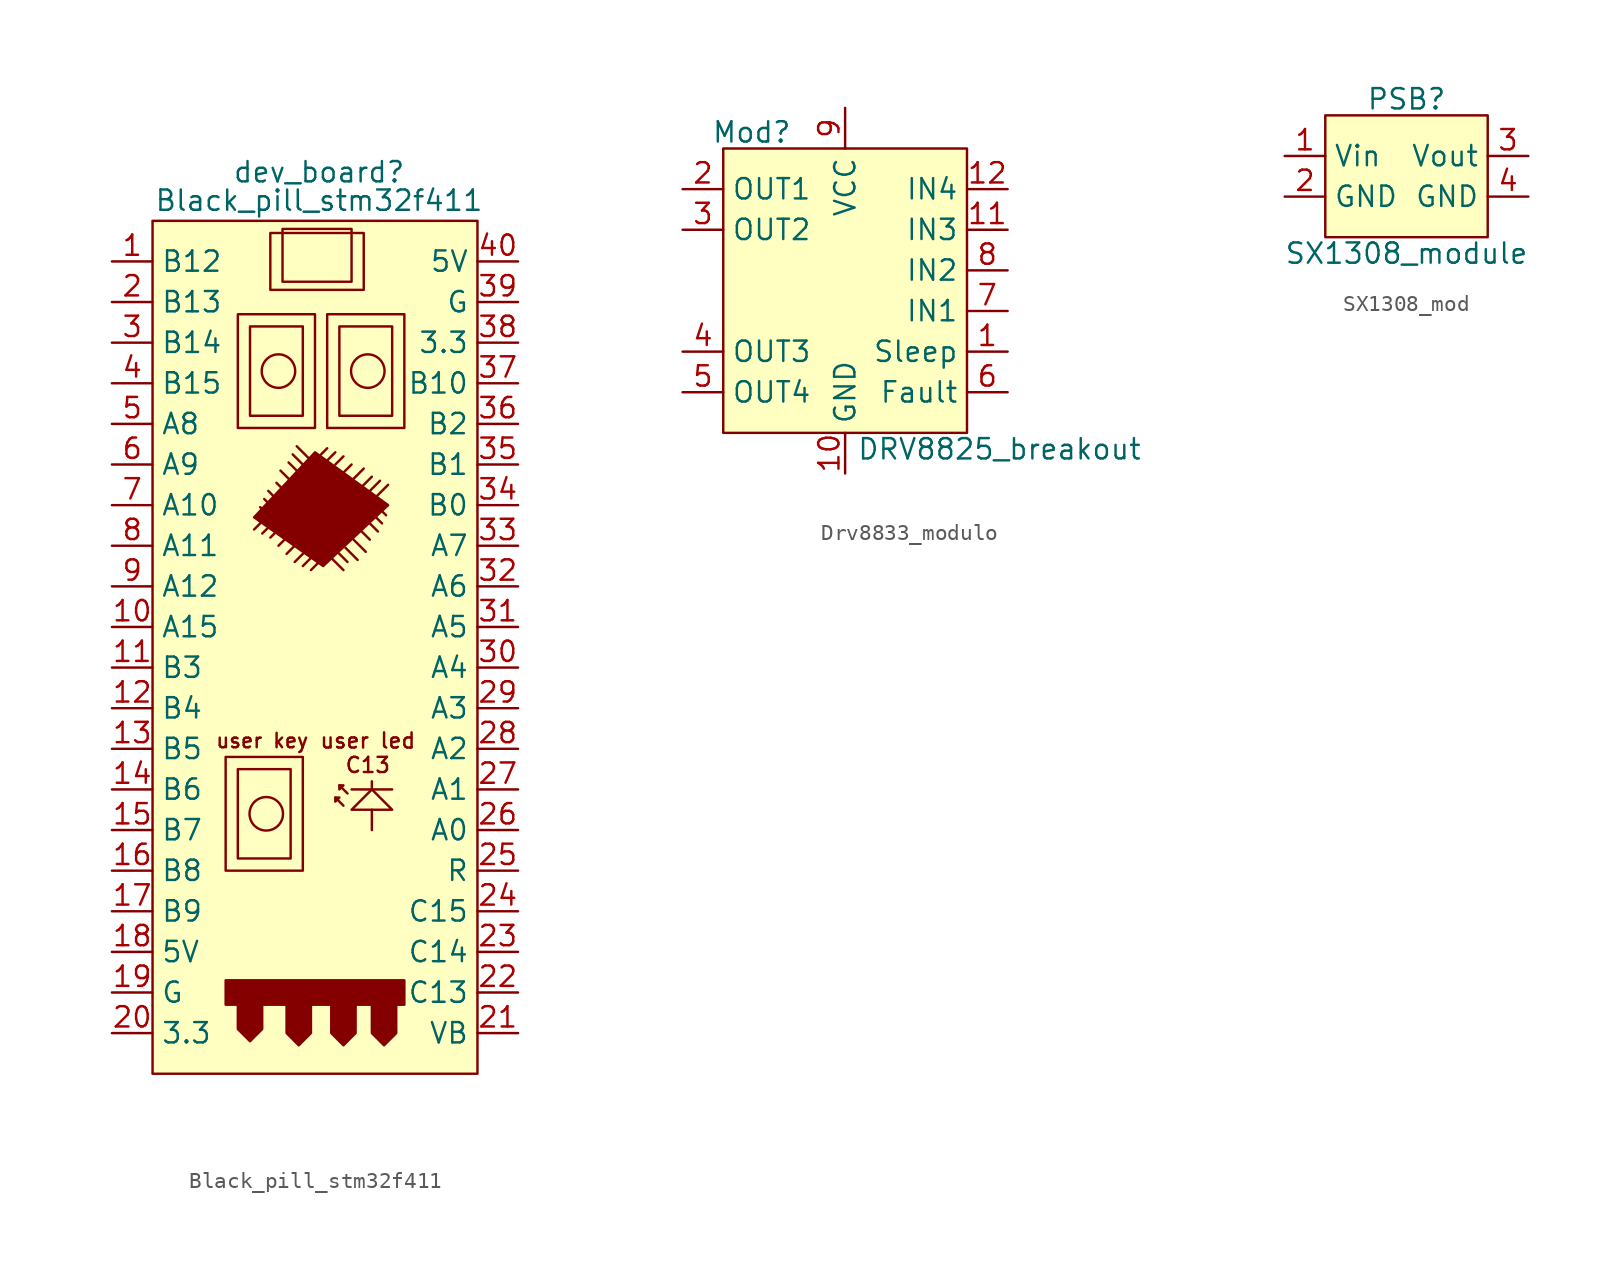
<source format=kicad_sym>
(kicad_symbol_lib
  (version 20231120)
  (generator "kicad_symbol_editor")
  (generator_version "8.0")
  (symbol "Black_pill_stm32f411"
    (property "Reference" "dev_board"
      (at 0.254 -2.032 0)
      (effects (font (size 1.27 1.27))))
    (property "Value" "Black_pill_stm32f411"
      (at 0.254 -3.81 0)
      (effects (font (size 1.27 1.27))))
    (symbol "Black_pill_stm32f411_1_1"
      (rectangle (start -10.16 -5.08) (end 10.16 -58.42) (stroke (width 0) (type default)) (fill (type background)))
      (rectangle (start -5.588 -52.578) (end 5.588 -54.102) (stroke (width 0) (type default)) (fill (type outline)))
      (rectangle (start -5.588 -38.608) (end -0.762 -45.72) (stroke (width 0) (type default)) (fill (type none)))
      (rectangle (start -4.826 -39.37) (end -1.524 -44.958) (stroke (width 0) (type default)) (fill (type none)))
      (rectangle (start -4.826 -10.922) (end 0 -18.034) (stroke (width 0) (type default)) (fill (type none)))
      (rectangle (start -4.064 -11.684) (end -0.762 -17.272) (stroke (width 0) (type default)) (fill (type none)))
      (circle (center -3.048 -42.164) (radius 1.047) (stroke (width 0) (type default)) (fill (type none)))
      (rectangle (start -2.794 -5.842) (end 3.048 -9.398) (stroke (width 0) (type default)) (fill (type none)))
      (circle (center -2.286 -14.478) (radius 1.047) (stroke (width 0) (type default)) (fill (type none)))
      (rectangle (start -2.032 -5.588) (end 2.286 -8.89) (stroke (width 0) (type default)) (fill (type none)))
      (polyline (pts (xy -3.81 -24.384) (xy -3.302 -23.876)) (stroke (width 0) (type default)) (fill (type none)))
      (polyline (pts (xy -3.302 -24.638) (xy -2.794 -24.13)) (stroke (width 0) (type default)) (fill (type none)))
      (polyline (pts (xy -2.921 -23.495) (xy -3.429 -22.987)) (stroke (width 0) (type default)) (fill (type none)))
      (polyline (pts (xy -2.794 -24.892) (xy -2.286 -24.384)) (stroke (width 0) (type default)) (fill (type none)))
      (polyline (pts (xy -2.667 -22.987) (xy -3.175 -22.479)) (stroke (width 0) (type default)) (fill (type none)))
      (polyline (pts (xy -2.413 -22.479) (xy -2.921 -21.971)) (stroke (width 0) (type default)) (fill (type none)))
      (polyline (pts (xy -2.286 -25.4) (xy -1.778 -24.892)) (stroke (width 0) (type default)) (fill (type none)))
      (polyline (pts (xy -1.905 -21.971) (xy -2.413 -21.463)) (stroke (width 0) (type default)) (fill (type none)))
      (polyline (pts (xy -1.778 -25.908) (xy -1.016 -25.146)) (stroke (width 0) (type default)) (fill (type none)))
      (polyline (pts (xy -1.397 -21.463) (xy -2.159 -20.701)) (stroke (width 0) (type default)) (fill (type none)))
      (polyline (pts (xy -1.27 -26.416) (xy -0.508 -25.654)) (stroke (width 0) (type default)) (fill (type none)))
      (polyline (pts (xy -0.889 -20.955) (xy -1.651 -20.193)) (stroke (width 0) (type default)) (fill (type none)))
      (polyline (pts (xy -0.762 -26.67) (xy 0 -25.908)) (stroke (width 0) (type default)) (fill (type none)))
      (polyline (pts (xy -0.635 -20.447) (xy -1.397 -19.685)) (stroke (width 0) (type default)) (fill (type none)))
      (polyline (pts (xy -0.381 -19.939) (xy -1.143 -19.177)) (stroke (width 0) (type default)) (fill (type none)))
      (polyline (pts (xy -0.254 -26.924) (xy 0.508 -26.162)) (stroke (width 0) (type default)) (fill (type none)))
      (polyline (pts (xy 0.254 -19.812) (xy 0.762 -19.304)) (stroke (width 0) (type default)) (fill (type none)))
      (polyline (pts (xy 0.762 -20.066) (xy 1.27 -19.558)) (stroke (width 0) (type default)) (fill (type none)))
      (polyline (pts (xy 1.016 -26.162) (xy 1.778 -26.924)) (stroke (width 0) (type default)) (fill (type none)))
      (polyline (pts (xy 1.27 -41.148) (xy 1.778 -41.656)) (stroke (width 0) (type default)) (fill (type none)))
      (polyline (pts (xy 1.27 -25.654) (xy 2.032 -26.416)) (stroke (width 0) (type default)) (fill (type none)))
      (polyline (pts (xy 1.27 -20.32) (xy 1.778 -19.812)) (stroke (width 0) (type default)) (fill (type none)))
      (polyline (pts (xy 1.524 -40.386) (xy 2.032 -40.894)) (stroke (width 0) (type default)) (fill (type none)))
      (polyline (pts (xy 1.778 -20.828) (xy 2.286 -20.32)) (stroke (width 0) (type default)) (fill (type none)))
      (polyline (pts (xy 1.905 -25.527) (xy 2.667 -26.289)) (stroke (width 0) (type default)) (fill (type none)))
      (polyline (pts (xy 2.286 -40.64) (xy 4.826 -40.64)) (stroke (width 0) (type default)) (fill (type none)))
      (polyline (pts (xy 2.286 -21.336) (xy 3.048 -20.574)) (stroke (width 0) (type default)) (fill (type none)))
      (polyline (pts (xy 2.413 -25.019) (xy 3.175 -25.781)) (stroke (width 0) (type default)) (fill (type none)))
      (polyline (pts (xy 2.794 -21.844) (xy 3.556 -21.082)) (stroke (width 0) (type default)) (fill (type none)))
      (polyline (pts (xy 2.921 -24.511) (xy 3.429 -25.019)) (stroke (width 0) (type default)) (fill (type none)))
      (polyline (pts (xy 3.302 -22.098) (xy 4.064 -21.336)) (stroke (width 0) (type default)) (fill (type none)))
      (polyline (pts (xy 3.429 -24.003) (xy 3.937 -24.511)) (stroke (width 0) (type default)) (fill (type none)))
      (polyline (pts (xy 3.556 -41.91) (xy 3.556 -43.18)) (stroke (width 0) (type default)) (fill (type none)))
      (polyline (pts (xy 3.556 -40.64) (xy 3.556 -40.132)) (stroke (width 0) (type default)) (fill (type none)))
      (polyline (pts (xy 3.683 -23.495) (xy 4.191 -24.003)) (stroke (width 0) (type default)) (fill (type none)))
      (polyline (pts (xy 3.81 -22.352) (xy 4.572 -21.59)) (stroke (width 0) (type default)) (fill (type none)))
      (polyline (pts (xy 3.937 -22.987) (xy 4.445 -23.495)) (stroke (width 0) (type default)) (fill (type none)))
      (polyline (pts (xy 1.27 -41.148) (xy 1.27 -41.402) (xy 1.524 -41.148) (xy 1.27 -41.148)) (stroke (width 0) (type default)) (fill (type none)))
      (polyline (pts (xy 1.524 -40.386) (xy 1.524 -40.64) (xy 1.778 -40.386) (xy 1.524 -40.386)) (stroke (width 0) (type default)) (fill (type none)))
      (polyline (pts (xy 3.556 -40.64) (xy 2.286 -41.91) (xy 4.826 -41.91) (xy 3.556 -40.64)) (stroke (width 0) (type default)) (fill (type none)))
      (polyline (pts (xy 0 -19.558) (xy 4.572 -22.86) (xy 0.508 -26.67) (xy -3.81 -23.622) (xy 0 -19.558)) (stroke (width 0) (type default)) (fill (type outline)))
      (polyline (pts (xy -3.81 -56.134) (xy -3.302 -55.626) (xy -3.302 -53.086) (xy -4.826 -53.086) (xy -4.826 -55.626) (xy -4.064 -56.388) (xy -3.81 -56.134)) (stroke (width 0) (type default)) (fill (type outline)))
      (polyline (pts (xy -0.762 -56.388) (xy -0.254 -55.88) (xy -0.254 -53.34) (xy -1.778 -53.34) (xy -1.778 -55.88) (xy -1.016 -56.642) (xy -0.762 -56.388)) (stroke (width 0) (type default)) (fill (type outline)))
      (polyline (pts (xy 2.032 -56.388) (xy 2.54 -55.88) (xy 2.54 -53.34) (xy 1.016 -53.34) (xy 1.016 -55.88) (xy 1.778 -56.642) (xy 2.032 -56.388)) (stroke (width 0) (type default)) (fill (type outline)))
      (polyline (pts (xy 4.572 -56.388) (xy 5.08 -55.88) (xy 5.08 -53.34) (xy 3.556 -53.34) (xy 3.556 -55.88) (xy 4.318 -56.642) (xy 4.572 -56.388)) (stroke (width 0) (type default)) (fill (type outline)))
      (rectangle (start 0.762 -10.922) (end 5.588 -18.034) (stroke (width 0) (type default)) (fill (type none)))
      (rectangle (start 1.524 -11.684) (end 4.826 -17.272) (stroke (width 0) (type default)) (fill (type none)))
      (circle (center 3.302 -14.478) (radius 1.047) (stroke (width 0) (type default)) (fill (type none)))
      (text "user key\n" (at -3.302 -37.592 0) (effects (font (size 0.9 0.9))))
      (text "user led\nC13" (at 3.302 -38.354 0) (effects (font (size 0.95 0.95))))
      (pin passive line (at -12.7 -7.62 0) (length 2.54) (name "B12" (effects (font (size 1.27 1.27)))) (number "1" (effects (font (size 1.27 1.27)))))
      (pin passive line (at -12.7 -30.48 0) (length 2.54) (name "A15" (effects (font (size 1.27 1.27)))) (number "10" (effects (font (size 1.27 1.27)))))
      (pin passive line (at -12.7 -33.02 0) (length 2.54) (name "B3" (effects (font (size 1.27 1.27)))) (number "11" (effects (font (size 1.27 1.27)))))
      (pin passive line (at -12.7 -35.56 0) (length 2.54) (name "B4" (effects (font (size 1.27 1.27)))) (number "12" (effects (font (size 1.27 1.27)))))
      (pin passive line (at -12.7 -38.1 0) (length 2.54) (name "B5" (effects (font (size 1.27 1.27)))) (number "13" (effects (font (size 1.27 1.27)))))
      (pin passive line (at -12.7 -40.64 0) (length 2.54) (name "B6" (effects (font (size 1.27 1.27)))) (number "14" (effects (font (size 1.27 1.27)))))
      (pin passive line (at -12.7 -43.18 0) (length 2.54) (name "B7" (effects (font (size 1.27 1.27)))) (number "15" (effects (font (size 1.27 1.27)))))
      (pin passive line (at -12.7 -45.72 0) (length 2.54) (name "B8" (effects (font (size 1.27 1.27)))) (number "16" (effects (font (size 1.27 1.27)))))
      (pin passive line (at -12.7 -48.26 0) (length 2.54) (name "B9" (effects (font (size 1.27 1.27)))) (number "17" (effects (font (size 1.27 1.27)))))
      (pin power_in line (at -12.7 -50.8 0) (length 2.54) (name "5V" (effects (font (size 1.27 1.27)))) (number "18" (effects (font (size 1.27 1.27)))))
      (pin power_in line (at -12.7 -53.34 0) (length 2.54) (name "G" (effects (font (size 1.27 1.27)))) (number "19" (effects (font (size 1.27 1.27)))))
      (pin passive line (at -12.7 -10.16 0) (length 2.54) (name "B13" (effects (font (size 1.27 1.27)))) (number "2" (effects (font (size 1.27 1.27)))))
      (pin power_in line (at -12.7 -55.88 0) (length 2.54) (name "3.3" (effects (font (size 1.27 1.27)))) (number "20" (effects (font (size 1.27 1.27)))))
      (pin power_in line (at 12.7 -55.88 180) (length 2.54) (name "VB" (effects (font (size 1.27 1.27)))) (number "21" (effects (font (size 1.27 1.27)))))
      (pin passive line (at 12.7 -53.34 180) (length 2.54) (name "C13" (effects (font (size 1.27 1.27)))) (number "22" (effects (font (size 1.27 1.27)))))
      (pin passive line (at 12.7 -50.8 180) (length 2.54) (name "C14" (effects (font (size 1.27 1.27)))) (number "23" (effects (font (size 1.27 1.27)))))
      (pin passive line (at 12.7 -48.26 180) (length 2.54) (name "C15" (effects (font (size 1.27 1.27)))) (number "24" (effects (font (size 1.27 1.27)))))
      (pin passive line (at 12.7 -45.72 180) (length 2.54) (name "R" (effects (font (size 1.27 1.27)))) (number "25" (effects (font (size 1.27 1.27)))))
      (pin passive line (at 12.7 -43.18 180) (length 2.54) (name "A0" (effects (font (size 1.27 1.27)))) (number "26" (effects (font (size 1.27 1.27)))))
      (pin passive line (at 12.7 -40.64 180) (length 2.54) (name "A1" (effects (font (size 1.27 1.27)))) (number "27" (effects (font (size 1.27 1.27)))))
      (pin passive line (at 12.7 -38.1 180) (length 2.54) (name "A2" (effects (font (size 1.27 1.27)))) (number "28" (effects (font (size 1.27 1.27)))))
      (pin passive line (at 12.7 -35.56 180) (length 2.54) (name "A3" (effects (font (size 1.27 1.27)))) (number "29" (effects (font (size 1.27 1.27)))))
      (pin passive line (at -12.7 -12.7 0) (length 2.54) (name "B14" (effects (font (size 1.27 1.27)))) (number "3" (effects (font (size 1.27 1.27)))))
      (pin passive line (at 12.7 -33.02 180) (length 2.54) (name "A4" (effects (font (size 1.27 1.27)))) (number "30" (effects (font (size 1.27 1.27)))))
      (pin passive line (at 12.7 -30.48 180) (length 2.54) (name "A5" (effects (font (size 1.27 1.27)))) (number "31" (effects (font (size 1.27 1.27)))))
      (pin passive line (at 12.7 -27.94 180) (length 2.54) (name "A6" (effects (font (size 1.27 1.27)))) (number "32" (effects (font (size 1.27 1.27)))))
      (pin passive line (at 12.7 -25.4 180) (length 2.54) (name "A7" (effects (font (size 1.27 1.27)))) (number "33" (effects (font (size 1.27 1.27)))))
      (pin passive line (at 12.7 -22.86 180) (length 2.54) (name "B0" (effects (font (size 1.27 1.27)))) (number "34" (effects (font (size 1.27 1.27)))))
      (pin passive line (at 12.7 -20.32 180) (length 2.54) (name "B1" (effects (font (size 1.27 1.27)))) (number "35" (effects (font (size 1.27 1.27)))))
      (pin passive line (at 12.7 -17.78 180) (length 2.54) (name "B2" (effects (font (size 1.27 1.27)))) (number "36" (effects (font (size 1.27 1.27)))))
      (pin passive line (at 12.7 -15.24 180) (length 2.54) (name "B10" (effects (font (size 1.27 1.27)))) (number "37" (effects (font (size 1.27 1.27)))))
      (pin power_in line (at 12.7 -12.7 180) (length 2.54) (name "3.3" (effects (font (size 1.27 1.27)))) (number "38" (effects (font (size 1.27 1.27)))))
      (pin power_in line (at 12.7 -10.16 180) (length 2.54) (name "G" (effects (font (size 1.27 1.27)))) (number "39" (effects (font (size 1.27 1.27)))))
      (pin passive line (at -12.7 -15.24 0) (length 2.54) (name "B15" (effects (font (size 1.27 1.27)))) (number "4" (effects (font (size 1.27 1.27)))))
      (pin power_in line (at 12.7 -7.62 180) (length 2.54) (name "5V" (effects (font (size 1.27 1.27)))) (number "40" (effects (font (size 1.27 1.27)))))
      (pin passive line (at -12.7 -17.78 0) (length 2.54) (name "A8" (effects (font (size 1.27 1.27)))) (number "5" (effects (font (size 1.27 1.27)))))
      (pin passive line (at -12.7 -20.32 0) (length 2.54) (name "A9" (effects (font (size 1.27 1.27)))) (number "6" (effects (font (size 1.27 1.27)))))
      (pin passive line (at -12.7 -22.86 0) (length 2.54) (name "A10" (effects (font (size 1.27 1.27)))) (number "7" (effects (font (size 1.27 1.27)))))
      (pin passive line (at -12.7 -25.4 0) (length 2.54) (name "A11" (effects (font (size 1.27 1.27)))) (number "8" (effects (font (size 1.27 1.27)))))
      (pin passive line (at -12.7 -27.94 0) (length 2.54) (name "A12" (effects (font (size 1.27 1.27)))) (number "9" (effects (font (size 1.27 1.27)))))))
  (symbol "Drv8833_modulo"
    (property "Reference" "Mod"
      (at -5.842 6.096 0)
      (effects (font (size 1.27 1.27))))
    (property "Value" "DRV8825_breakout"
      (at 9.652 -13.716 0)
      (effects (font (size 1.27 1.27))))
    (symbol "Drv8833_modulo_1_1"
      (rectangle (start -7.62 5.08) (end 7.62 -12.7) (stroke (width 0) (type default)) (fill (type background)))
      (pin input line (at 10.16 -7.62 180) (length 2.54) (name "Sleep" (effects (font (size 1.27 1.27)))) (number "1" (effects (font (size 1.27 1.27)))))
      (pin power_in line (at 0 -15.24 90) (length 2.54) (name "GND" (effects (font (size 1.27 1.27)))) (number "10" (effects (font (size 1.27 1.27)))))
      (pin input line (at 10.16 0 180) (length 2.54) (name "IN3" (effects (font (size 1.27 1.27)))) (number "11" (effects (font (size 1.27 1.27)))))
      (pin input line (at 10.16 2.54 180) (length 2.54) (name "IN4" (effects (font (size 1.27 1.27)))) (number "12" (effects (font (size 1.27 1.27)))))
      (pin output line (at -10.16 2.54 0) (length 2.54) (name "OUT1" (effects (font (size 1.27 1.27)))) (number "2" (effects (font (size 1.27 1.27)))))
      (pin output line (at -10.16 0 0) (length 2.54) (name "OUT2" (effects (font (size 1.27 1.27)))) (number "3" (effects (font (size 1.27 1.27)))))
      (pin output line (at -10.16 -7.62 0) (length 2.54) (name "OUT3" (effects (font (size 1.27 1.27)))) (number "4" (effects (font (size 1.27 1.27)))))
      (pin output line (at -10.16 -10.16 0) (length 2.54) (name "OUT4" (effects (font (size 1.27 1.27)))) (number "5" (effects (font (size 1.27 1.27)))))
      (pin open_collector line (at 10.16 -10.16 180) (length 2.54) (name "Fault" (effects (font (size 1.27 1.27)))) (number "6" (effects (font (size 1.27 1.27)))))
      (pin output line (at 10.16 -5.08 180) (length 2.54) (name "IN1" (effects (font (size 1.27 1.27)))) (number "7" (effects (font (size 1.27 1.27)))))
      (pin input line (at 10.16 -2.54 180) (length 2.54) (name "IN2" (effects (font (size 1.27 1.27)))) (number "8" (effects (font (size 1.27 1.27)))))
      (pin power_in line (at 0 7.62 270) (length 2.54) (name "VCC" (effects (font (size 1.27 1.27)))) (number "9" (effects (font (size 1.27 1.27)))))))
  (symbol "SX1308_mod"
    (property "Reference" "PSB"
      (at 0 -1.524 0)
      (effects (font (size 1.27 1.27))))
    (property "Value" "SX1308_module"
      (at 0 -11.176 0)
      (effects (font (size 1.27 1.27))))
    (symbol "SX1308_mod_1_1"
      (rectangle (start -5.08 -2.54) (end 5.08 -10.16) (stroke (width 0) (type default)) (fill (type background)))
      (pin power_in line (at -7.62 -5.08 0) (length 2.54) (name "Vin" (effects (font (size 1.27 1.27)))) (number "1" (effects (font (size 1.27 1.27)))))
      (pin power_in line (at -7.62 -7.62 0) (length 2.54) (name "GND" (effects (font (size 1.27 1.27)))) (number "2" (effects (font (size 1.27 1.27)))))
      (pin power_out line (at 7.62 -5.08 180) (length 2.54) (name "Vout" (effects (font (size 1.27 1.27)))) (number "3" (effects (font (size 1.27 1.27)))))
      (pin power_in line (at 7.62 -7.62 180) (length 2.54) (name "GND" (effects (font (size 1.27 1.27)))) (number "4" (effects (font (size 1.27 1.27))))))))
</source>
